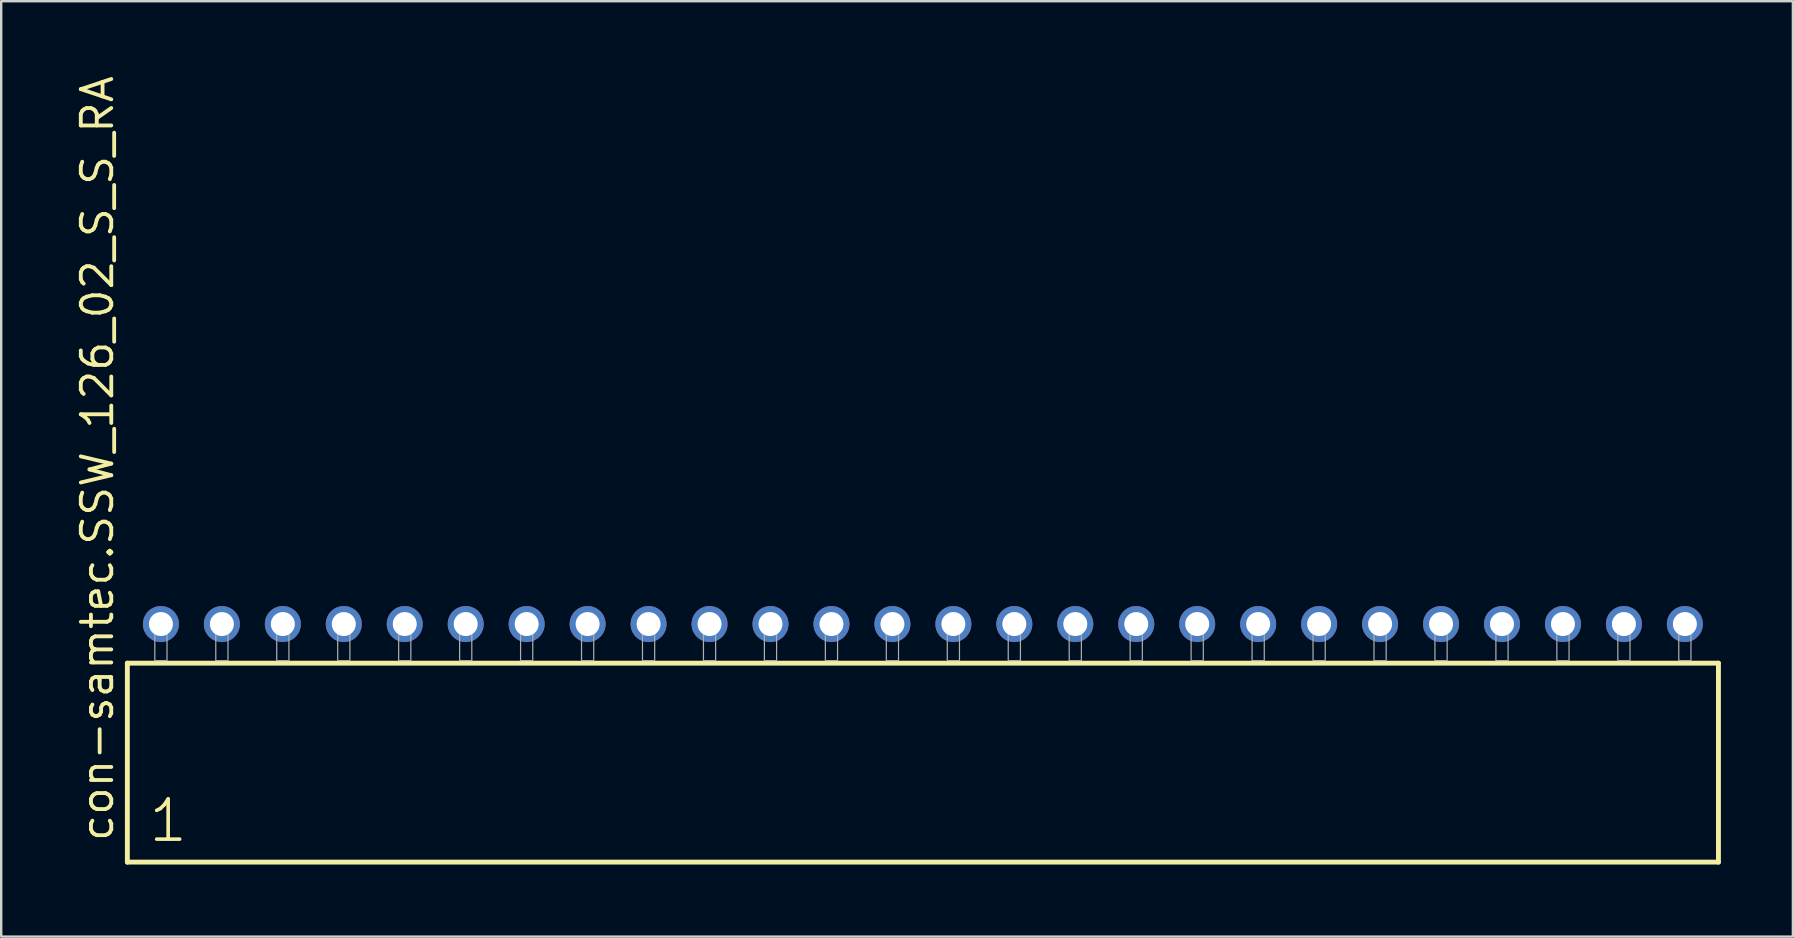
<source format=kicad_pcb>
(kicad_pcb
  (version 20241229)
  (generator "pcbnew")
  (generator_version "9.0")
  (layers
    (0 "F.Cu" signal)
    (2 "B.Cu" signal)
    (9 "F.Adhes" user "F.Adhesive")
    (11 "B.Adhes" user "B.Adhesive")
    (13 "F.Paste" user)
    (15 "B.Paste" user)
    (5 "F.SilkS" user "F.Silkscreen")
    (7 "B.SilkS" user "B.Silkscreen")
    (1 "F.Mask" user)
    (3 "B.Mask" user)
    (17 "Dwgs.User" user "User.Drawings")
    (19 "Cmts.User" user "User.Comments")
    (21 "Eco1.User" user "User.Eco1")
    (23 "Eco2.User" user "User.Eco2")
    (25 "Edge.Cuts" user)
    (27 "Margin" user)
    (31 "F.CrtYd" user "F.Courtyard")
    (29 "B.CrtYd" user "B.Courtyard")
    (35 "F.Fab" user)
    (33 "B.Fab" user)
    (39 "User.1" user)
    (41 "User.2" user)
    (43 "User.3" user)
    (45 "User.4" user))
  (footprint "con-samtec.SSW_126_02_S_S_RA"
    (layer "F.Cu")
    (at 35.405 24.477)
    (property "Reference" "con-samtec.SSW_126_02_S_S_RA" (at -33.655 7.62 90) (layer "F.SilkS") (effects (font (size 1.27 1.27) (thickness 0.16)) (justify left bottom)))
    (attr through_hole)
    (fp_line (start -33.149 0.106) (end -33.149 8.396) (stroke (width 0.203) (type default)) (layer "F.SilkS"))
    (fp_line (start -33.149 8.396) (end 33.149 8.396) (stroke (width 0.203) (type default)) (layer "F.SilkS"))
    (fp_line (start 33.149 0.106) (end -33.149 0.106) (stroke (width 0.203) (type default)) (layer "F.SilkS"))
    (fp_line (start 33.149 8.396) (end 33.149 0.106) (stroke (width 0.203) (type default)) (layer "F.SilkS"))
    (fp_rect (start -32.004 0) (end -31.496 -1.778) (stroke (width 0.05) (type default)) (fill no) (layer "F.Fab"))
    (fp_rect (start -29.464 0) (end -28.956 -1.778) (stroke (width 0.05) (type default)) (fill no) (layer "F.Fab"))
    (fp_rect (start -26.924 0) (end -26.416 -1.778) (stroke (width 0.05) (type default)) (fill no) (layer "F.Fab"))
    (fp_rect (start -24.384 0) (end -23.876 -1.778) (stroke (width 0.05) (type default)) (fill no) (layer "F.Fab"))
    (fp_rect (start -21.844 0) (end -21.336 -1.778) (stroke (width 0.05) (type default)) (fill no) (layer "F.Fab"))
    (fp_rect (start -19.304 0) (end -18.796 -1.778) (stroke (width 0.05) (type default)) (fill no) (layer "F.Fab"))
    (fp_rect (start -16.764 0) (end -16.256 -1.778) (stroke (width 0.05) (type default)) (fill no) (layer "F.Fab"))
    (fp_rect (start -14.224 0) (end -13.716 -1.778) (stroke (width 0.05) (type default)) (fill no) (layer "F.Fab"))
    (fp_rect (start -11.684 0) (end -11.176 -1.778) (stroke (width 0.05) (type default)) (fill no) (layer "F.Fab"))
    (fp_rect (start -9.144 0) (end -8.636 -1.778) (stroke (width 0.05) (type default)) (fill no) (layer "F.Fab"))
    (fp_rect (start -6.604 0) (end -6.096 -1.778) (stroke (width 0.05) (type default)) (fill no) (layer "F.Fab"))
    (fp_rect (start -4.064 0) (end -3.556 -1.778) (stroke (width 0.05) (type default)) (fill no) (layer "F.Fab"))
    (fp_rect (start -1.524 0) (end -1.016 -1.778) (stroke (width 0.05) (type default)) (fill no) (layer "F.Fab"))
    (fp_rect (start 1.016 0) (end 1.524 -1.778) (stroke (width 0.05) (type default)) (fill no) (layer "F.Fab"))
    (fp_rect (start 3.556 0) (end 4.064 -1.778) (stroke (width 0.05) (type default)) (fill no) (layer "F.Fab"))
    (fp_rect (start 6.096 0) (end 6.604 -1.778) (stroke (width 0.05) (type default)) (fill no) (layer "F.Fab"))
    (fp_rect (start 8.636 0) (end 9.144 -1.778) (stroke (width 0.05) (type default)) (fill no) (layer "F.Fab"))
    (fp_rect (start 11.176 0) (end 11.684 -1.778) (stroke (width 0.05) (type default)) (fill no) (layer "F.Fab"))
    (fp_rect (start 13.716 0) (end 14.224 -1.778) (stroke (width 0.05) (type default)) (fill no) (layer "F.Fab"))
    (fp_rect (start 16.256 0) (end 16.764 -1.778) (stroke (width 0.05) (type default)) (fill no) (layer "F.Fab"))
    (fp_rect (start 18.796 0) (end 19.304 -1.778) (stroke (width 0.05) (type default)) (fill no) (layer "F.Fab"))
    (fp_rect (start 21.336 0) (end 21.844 -1.778) (stroke (width 0.05) (type default)) (fill no) (layer "F.Fab"))
    (fp_rect (start 23.876 0) (end 24.384 -1.778) (stroke (width 0.05) (type default)) (fill no) (layer "F.Fab"))
    (fp_rect (start 26.416 0) (end 26.924 -1.778) (stroke (width 0.05) (type default)) (fill no) (layer "F.Fab"))
    (fp_rect (start 28.956 0) (end 29.464 -1.778) (stroke (width 0.05) (type default)) (fill no) (layer "F.Fab"))
    (fp_rect (start 31.496 0) (end 32.004 -1.778) (stroke (width 0.05) (type default)) (fill no) (layer "F.Fab"))
    (fp_text user "1" (at -32.345 7.65 0) (layer "F.SilkS") (effects (font (size 1.676 1.676) (thickness 0.15)) (justify left bottom)))
    (pad "1" thru_hole circle (at -31.75 -1.524) (size 1.5 1.5) (drill 1) (layers "*.Cu" "*.Mask"))
    (pad "2" thru_hole circle (at -29.21 -1.524) (size 1.5 1.5) (drill 1) (layers "*.Cu" "*.Mask"))
    (pad "3" thru_hole circle (at -26.67 -1.524) (size 1.5 1.5) (drill 1) (layers "*.Cu" "*.Mask"))
    (pad "4" thru_hole circle (at -24.13 -1.524) (size 1.5 1.5) (drill 1) (layers "*.Cu" "*.Mask"))
    (pad "5" thru_hole circle (at -21.59 -1.524) (size 1.5 1.5) (drill 1) (layers "*.Cu" "*.Mask"))
    (pad "6" thru_hole circle (at -19.05 -1.524) (size 1.5 1.5) (drill 1) (layers "*.Cu" "*.Mask"))
    (pad "7" thru_hole circle (at -16.51 -1.524) (size 1.5 1.5) (drill 1) (layers "*.Cu" "*.Mask"))
    (pad "8" thru_hole circle (at -13.97 -1.524) (size 1.5 1.5) (drill 1) (layers "*.Cu" "*.Mask"))
    (pad "9" thru_hole circle (at -11.43 -1.524) (size 1.5 1.5) (drill 1) (layers "*.Cu" "*.Mask"))
    (pad "10" thru_hole circle (at -8.89 -1.524) (size 1.5 1.5) (drill 1) (layers "*.Cu" "*.Mask"))
    (pad "11" thru_hole circle (at -6.35 -1.524) (size 1.5 1.5) (drill 1) (layers "*.Cu" "*.Mask"))
    (pad "12" thru_hole circle (at -3.81 -1.524) (size 1.5 1.5) (drill 1) (layers "*.Cu" "*.Mask"))
    (pad "13" thru_hole circle (at -1.27 -1.524) (size 1.5 1.5) (drill 1) (layers "*.Cu" "*.Mask"))
    (pad "14" thru_hole circle (at 1.27 -1.524) (size 1.5 1.5) (drill 1) (layers "*.Cu" "*.Mask"))
    (pad "15" thru_hole circle (at 3.81 -1.524) (size 1.5 1.5) (drill 1) (layers "*.Cu" "*.Mask"))
    (pad "16" thru_hole circle (at 6.35 -1.524) (size 1.5 1.5) (drill 1) (layers "*.Cu" "*.Mask"))
    (pad "17" thru_hole circle (at 8.89 -1.524) (size 1.5 1.5) (drill 1) (layers "*.Cu" "*.Mask"))
    (pad "18" thru_hole circle (at 11.43 -1.524) (size 1.5 1.5) (drill 1) (layers "*.Cu" "*.Mask"))
    (pad "19" thru_hole circle (at 13.97 -1.524) (size 1.5 1.5) (drill 1) (layers "*.Cu" "*.Mask"))
    (pad "20" thru_hole circle (at 16.51 -1.524) (size 1.5 1.5) (drill 1) (layers "*.Cu" "*.Mask"))
    (pad "21" thru_hole circle (at 19.05 -1.524) (size 1.5 1.5) (drill 1) (layers "*.Cu" "*.Mask"))
    (pad "22" thru_hole circle (at 21.59 -1.524) (size 1.5 1.5) (drill 1) (layers "*.Cu" "*.Mask"))
    (pad "23" thru_hole circle (at 24.13 -1.524) (size 1.5 1.5) (drill 1) (layers "*.Cu" "*.Mask"))
    (pad "24" thru_hole circle (at 26.67 -1.524) (size 1.5 1.5) (drill 1) (layers "*.Cu" "*.Mask"))
    (pad "25" thru_hole circle (at 29.21 -1.524) (size 1.5 1.5) (drill 1) (layers "*.Cu" "*.Mask"))
    (pad "26" thru_hole circle (at 31.75 -1.524) (size 1.5 1.5) (drill 1) (layers "*.Cu" "*.Mask")))
  (gr_rect
    (start -3 -3)
    (end 71.656 35.975)
    (stroke (width 0.1) (type default))
    (fill no)
    (layer "Edge.Cuts")))
</source>
